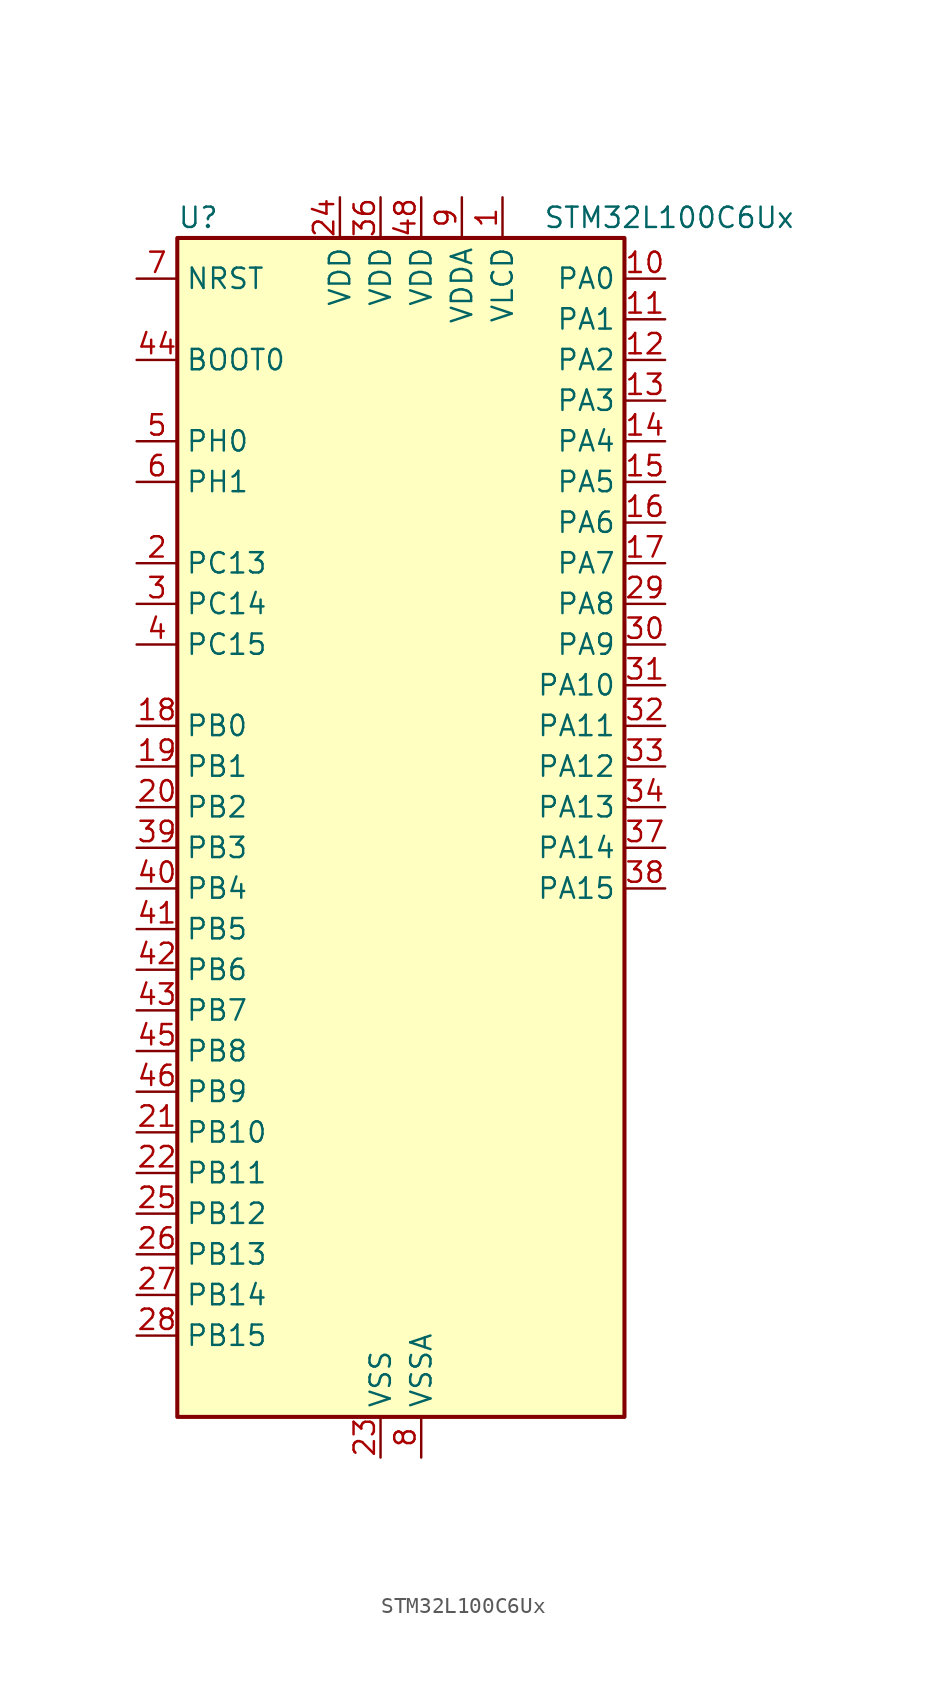
<source format=kicad_sym>
(kicad_symbol_lib
  (version 20220914)
  (generator kicad_symbol_editor)
  (symbol "STM32L100C6Ux"
    (property "Reference" "U"
      (at -12.7 39.37 0)
      (effects (font (size 1.27 1.27)) (justify left)))
    (property "Value" "STM32L100C6Ux"
      (at 10.16 39.37 0)
      (effects (font (size 1.27 1.27)) (justify left)))
    (property "ki_locked" ""
      (at 0 0 0)
      (effects (font (size 1.27 1.27))))
    (symbol "STM32L100C6Ux_0_1"
      (rectangle (start -12.7 -35.56) (end 15.24 38.1) (stroke (width 0.254) (type default)) (fill (type background))))
    (symbol "STM32L100C6Ux_1_1"
      (pin power_in line (at 7.62 40.64 270) (length 2.54) (name "VLCD" (effects (font (size 1.27 1.27)))) (number "1" (effects (font (size 1.27 1.27)))))
      (pin bidirectional line (at 17.78 35.56 180) (length 2.54) (name "PA0" (effects (font (size 1.27 1.27)))) (number "10" (effects (font (size 1.27 1.27)))) (alternate "ADC_IN0" bidirectional line) (alternate "COMP1_INP" bidirectional line) (alternate "SYS_WKUP1" bidirectional line) (alternate "TIM2_CH1" bidirectional line) (alternate "TIM2_ETR" bidirectional line) (alternate "TIMX_IC1" bidirectional line) (alternate "USART2_CTS" bidirectional line))
      (pin bidirectional line (at 17.78 33.02 180) (length 2.54) (name "PA1" (effects (font (size 1.27 1.27)))) (number "11" (effects (font (size 1.27 1.27)))) (alternate "ADC_IN1" bidirectional line) (alternate "COMP1_INP" bidirectional line) (alternate "LCD_SEG0" bidirectional line) (alternate "TIM2_CH2" bidirectional line) (alternate "TIMX_IC2" bidirectional line) (alternate "USART2_RTS" bidirectional line))
      (pin bidirectional line (at 17.78 30.48 180) (length 2.54) (name "PA2" (effects (font (size 1.27 1.27)))) (number "12" (effects (font (size 1.27 1.27)))) (alternate "ADC_IN2" bidirectional line) (alternate "COMP1_INP" bidirectional line) (alternate "LCD_SEG1" bidirectional line) (alternate "TIM2_CH3" bidirectional line) (alternate "TIM9_CH1" bidirectional line) (alternate "TIMX_IC3" bidirectional line) (alternate "USART2_TX" bidirectional line))
      (pin bidirectional line (at 17.78 27.94 180) (length 2.54) (name "PA3" (effects (font (size 1.27 1.27)))) (number "13" (effects (font (size 1.27 1.27)))) (alternate "ADC_IN3" bidirectional line) (alternate "COMP1_INP" bidirectional line) (alternate "LCD_SEG2" bidirectional line) (alternate "TIM2_CH4" bidirectional line) (alternate "TIM9_CH2" bidirectional line) (alternate "TIMX_IC4" bidirectional line) (alternate "USART2_RX" bidirectional line))
      (pin bidirectional line (at 17.78 25.4 180) (length 2.54) (name "PA4" (effects (font (size 1.27 1.27)))) (number "14" (effects (font (size 1.27 1.27)))) (alternate "ADC_IN4" bidirectional line) (alternate "COMP1_INP" bidirectional line) (alternate "DAC_OUT1" bidirectional line) (alternate "SPI1_NSS" bidirectional line) (alternate "TIMX_IC1" bidirectional line) (alternate "USART2_CK" bidirectional line))
      (pin bidirectional line (at 17.78 22.86 180) (length 2.54) (name "PA5" (effects (font (size 1.27 1.27)))) (number "15" (effects (font (size 1.27 1.27)))) (alternate "ADC_IN5" bidirectional line) (alternate "COMP1_INP" bidirectional line) (alternate "DAC_OUT2" bidirectional line) (alternate "SPI1_SCK" bidirectional line) (alternate "TIM2_CH1" bidirectional line) (alternate "TIM2_ETR" bidirectional line) (alternate "TIMX_IC2" bidirectional line))
      (pin bidirectional line (at 17.78 20.32 180) (length 2.54) (name "PA6" (effects (font (size 1.27 1.27)))) (number "16" (effects (font (size 1.27 1.27)))) (alternate "ADC_IN6" bidirectional line) (alternate "COMP1_INP" bidirectional line) (alternate "LCD_SEG3" bidirectional line) (alternate "SPI1_MISO" bidirectional line) (alternate "TIM10_CH1" bidirectional line) (alternate "TIM3_CH1" bidirectional line) (alternate "TIMX_IC3" bidirectional line))
      (pin bidirectional line (at 17.78 17.78 180) (length 2.54) (name "PA7" (effects (font (size 1.27 1.27)))) (number "17" (effects (font (size 1.27 1.27)))) (alternate "ADC_IN7" bidirectional line) (alternate "COMP1_INP" bidirectional line) (alternate "LCD_SEG4" bidirectional line) (alternate "SPI1_MOSI" bidirectional line) (alternate "TIM11_CH1" bidirectional line) (alternate "TIM3_CH2" bidirectional line) (alternate "TIMX_IC4" bidirectional line))
      (pin bidirectional line (at -15.24 7.62 0) (length 2.54) (name "PB0" (effects (font (size 1.27 1.27)))) (number "18" (effects (font (size 1.27 1.27)))) (alternate "ADC_IN8" bidirectional line) (alternate "COMP1_INP" bidirectional line) (alternate "LCD_SEG5" bidirectional line) (alternate "SYS_V_REF_OUT" bidirectional line) (alternate "TIM3_CH3" bidirectional line))
      (pin bidirectional line (at -15.24 5.08 0) (length 2.54) (name "PB1" (effects (font (size 1.27 1.27)))) (number "19" (effects (font (size 1.27 1.27)))) (alternate "ADC_IN9" bidirectional line) (alternate "COMP1_INP" bidirectional line) (alternate "LCD_SEG6" bidirectional line) (alternate "SYS_V_REF_OUT" bidirectional line) (alternate "TIM3_CH4" bidirectional line))
      (pin bidirectional line (at -15.24 17.78 0) (length 2.54) (name "PC13" (effects (font (size 1.27 1.27)))) (number "2" (effects (font (size 1.27 1.27)))) (alternate "RTC_OUT_ALARM" bidirectional line) (alternate "RTC_OUT_CALIB" bidirectional line) (alternate "RTC_TAMP1" bidirectional line) (alternate "RTC_TS" bidirectional line) (alternate "SYS_WKUP2" bidirectional line) (alternate "TIMX_IC2" bidirectional line))
      (pin bidirectional line (at -15.24 2.54 0) (length 2.54) (name "PB2" (effects (font (size 1.27 1.27)))) (number "20" (effects (font (size 1.27 1.27)))))
      (pin bidirectional line (at -15.24 -17.78 0) (length 2.54) (name "PB10" (effects (font (size 1.27 1.27)))) (number "21" (effects (font (size 1.27 1.27)))) (alternate "I2C2_SCL" bidirectional line) (alternate "LCD_SEG10" bidirectional line) (alternate "TIM2_CH3" bidirectional line) (alternate "USART3_TX" bidirectional line))
      (pin bidirectional line (at -15.24 -20.32 0) (length 2.54) (name "PB11" (effects (font (size 1.27 1.27)))) (number "22" (effects (font (size 1.27 1.27)))) (alternate "ADC_EXTI11" bidirectional line) (alternate "I2C2_SDA" bidirectional line) (alternate "LCD_SEG11" bidirectional line) (alternate "TIM2_CH4" bidirectional line) (alternate "USART3_RX" bidirectional line))
      (pin power_in line (at 0 -38.1 90) (length 2.54) (name "VSS" (effects (font (size 1.27 1.27)))) (number "23" (effects (font (size 1.27 1.27)))))
      (pin power_in line (at -2.54 40.64 270) (length 2.54) (name "VDD" (effects (font (size 1.27 1.27)))) (number "24" (effects (font (size 1.27 1.27)))))
      (pin bidirectional line (at -15.24 -22.86 0) (length 2.54) (name "PB12" (effects (font (size 1.27 1.27)))) (number "25" (effects (font (size 1.27 1.27)))) (alternate "ADC_IN18" bidirectional line) (alternate "COMP1_INP" bidirectional line) (alternate "I2C2_SMBA" bidirectional line) (alternate "LCD_SEG12" bidirectional line) (alternate "SPI2_NSS" bidirectional line) (alternate "TIM10_CH1" bidirectional line) (alternate "USART3_CK" bidirectional line))
      (pin bidirectional line (at -15.24 -25.4 0) (length 2.54) (name "PB13" (effects (font (size 1.27 1.27)))) (number "26" (effects (font (size 1.27 1.27)))) (alternate "ADC_IN19" bidirectional line) (alternate "COMP1_INP" bidirectional line) (alternate "LCD_SEG13" bidirectional line) (alternate "SPI2_SCK" bidirectional line) (alternate "TIM9_CH1" bidirectional line) (alternate "USART3_CTS" bidirectional line))
      (pin bidirectional line (at -15.24 -27.94 0) (length 2.54) (name "PB14" (effects (font (size 1.27 1.27)))) (number "27" (effects (font (size 1.27 1.27)))) (alternate "ADC_IN20" bidirectional line) (alternate "COMP1_INP" bidirectional line) (alternate "LCD_SEG14" bidirectional line) (alternate "SPI2_MISO" bidirectional line) (alternate "TIM9_CH2" bidirectional line) (alternate "USART3_RTS" bidirectional line))
      (pin bidirectional line (at -15.24 -30.48 0) (length 2.54) (name "PB15" (effects (font (size 1.27 1.27)))) (number "28" (effects (font (size 1.27 1.27)))) (alternate "ADC_EXTI15" bidirectional line) (alternate "ADC_IN21" bidirectional line) (alternate "COMP1_INP" bidirectional line) (alternate "LCD_SEG15" bidirectional line) (alternate "RTC_REFIN" bidirectional line) (alternate "SPI2_MOSI" bidirectional line) (alternate "TIM11_CH1" bidirectional line))
      (pin bidirectional line (at 17.78 15.24 180) (length 2.54) (name "PA8" (effects (font (size 1.27 1.27)))) (number "29" (effects (font (size 1.27 1.27)))) (alternate "LCD_COM0" bidirectional line) (alternate "RCC_MCO" bidirectional line) (alternate "TIMX_IC1" bidirectional line) (alternate "USART1_CK" bidirectional line))
      (pin bidirectional line (at -15.24 15.24 0) (length 2.54) (name "PC14" (effects (font (size 1.27 1.27)))) (number "3" (effects (font (size 1.27 1.27)))) (alternate "RCC_OSC32_IN" bidirectional line) (alternate "TIMX_IC3" bidirectional line))
      (pin bidirectional line (at 17.78 12.7 180) (length 2.54) (name "PA9" (effects (font (size 1.27 1.27)))) (number "30" (effects (font (size 1.27 1.27)))) (alternate "DAC_EXTI9" bidirectional line) (alternate "LCD_COM1" bidirectional line) (alternate "TIMX_IC2" bidirectional line) (alternate "USART1_TX" bidirectional line))
      (pin bidirectional line (at 17.78 10.16 180) (length 2.54) (name "PA10" (effects (font (size 1.27 1.27)))) (number "31" (effects (font (size 1.27 1.27)))) (alternate "LCD_COM2" bidirectional line) (alternate "TIMX_IC3" bidirectional line) (alternate "USART1_RX" bidirectional line))
      (pin bidirectional line (at 17.78 7.62 180) (length 2.54) (name "PA11" (effects (font (size 1.27 1.27)))) (number "32" (effects (font (size 1.27 1.27)))) (alternate "ADC_EXTI11" bidirectional line) (alternate "SPI1_MISO" bidirectional line) (alternate "TIMX_IC4" bidirectional line) (alternate "USART1_CTS" bidirectional line) (alternate "USB_DM" bidirectional line))
      (pin bidirectional line (at 17.78 5.08 180) (length 2.54) (name "PA12" (effects (font (size 1.27 1.27)))) (number "33" (effects (font (size 1.27 1.27)))) (alternate "SPI1_MOSI" bidirectional line) (alternate "TIMX_IC1" bidirectional line) (alternate "USART1_RTS" bidirectional line) (alternate "USB_DP" bidirectional line))
      (pin bidirectional line (at 17.78 2.54 180) (length 2.54) (name "PA13" (effects (font (size 1.27 1.27)))) (number "34" (effects (font (size 1.27 1.27)))) (alternate "SYS_JTMS-SWDIO" bidirectional line) (alternate "TIMX_IC2" bidirectional line))
      (pin passive line (at 0 -38.1 90) (length 2.54) hide (name "VSS" (effects (font (size 1.27 1.27)))) (number "35" (effects (font (size 1.27 1.27)))))
      (pin power_in line (at 0 40.64 270) (length 2.54) (name "VDD" (effects (font (size 1.27 1.27)))) (number "36" (effects (font (size 1.27 1.27)))))
      (pin bidirectional line (at 17.78 0 180) (length 2.54) (name "PA14" (effects (font (size 1.27 1.27)))) (number "37" (effects (font (size 1.27 1.27)))) (alternate "SYS_JTCK-SWCLK" bidirectional line) (alternate "TIMX_IC3" bidirectional line))
      (pin bidirectional line (at 17.78 -2.54 180) (length 2.54) (name "PA15" (effects (font (size 1.27 1.27)))) (number "38" (effects (font (size 1.27 1.27)))) (alternate "ADC_EXTI15" bidirectional line) (alternate "LCD_SEG17" bidirectional line) (alternate "SPI1_NSS" bidirectional line) (alternate "SYS_JTDI" bidirectional line) (alternate "TIM2_CH1" bidirectional line) (alternate "TIM2_ETR" bidirectional line) (alternate "TIMX_IC4" bidirectional line))
      (pin bidirectional line (at -15.24 0 0) (length 2.54) (name "PB3" (effects (font (size 1.27 1.27)))) (number "39" (effects (font (size 1.27 1.27)))) (alternate "COMP2_INM" bidirectional line) (alternate "LCD_SEG7" bidirectional line) (alternate "SPI1_SCK" bidirectional line) (alternate "SYS_JTDO-TRACESWO" bidirectional line) (alternate "TIM2_CH2" bidirectional line))
      (pin bidirectional line (at -15.24 12.7 0) (length 2.54) (name "PC15" (effects (font (size 1.27 1.27)))) (number "4" (effects (font (size 1.27 1.27)))) (alternate "ADC_EXTI15" bidirectional line) (alternate "RCC_OSC32_OUT" bidirectional line) (alternate "TIMX_IC4" bidirectional line))
      (pin bidirectional line (at -15.24 -2.54 0) (length 2.54) (name "PB4" (effects (font (size 1.27 1.27)))) (number "40" (effects (font (size 1.27 1.27)))) (alternate "COMP2_INP" bidirectional line) (alternate "LCD_SEG8" bidirectional line) (alternate "SPI1_MISO" bidirectional line) (alternate "SYS_JTRST" bidirectional line) (alternate "TIM3_CH1" bidirectional line))
      (pin bidirectional line (at -15.24 -5.08 0) (length 2.54) (name "PB5" (effects (font (size 1.27 1.27)))) (number "41" (effects (font (size 1.27 1.27)))) (alternate "COMP2_INP" bidirectional line) (alternate "I2C1_SMBA" bidirectional line) (alternate "LCD_SEG9" bidirectional line) (alternate "SPI1_MOSI" bidirectional line) (alternate "TIM3_CH2" bidirectional line))
      (pin bidirectional line (at -15.24 -7.62 0) (length 2.54) (name "PB6" (effects (font (size 1.27 1.27)))) (number "42" (effects (font (size 1.27 1.27)))) (alternate "I2C1_SCL" bidirectional line) (alternate "TIM4_CH1" bidirectional line) (alternate "USART1_TX" bidirectional line))
      (pin bidirectional line (at -15.24 -10.16 0) (length 2.54) (name "PB7" (effects (font (size 1.27 1.27)))) (number "43" (effects (font (size 1.27 1.27)))) (alternate "I2C1_SDA" bidirectional line) (alternate "SYS_PVD_IN" bidirectional line) (alternate "TIM4_CH2" bidirectional line) (alternate "USART1_RX" bidirectional line))
      (pin input line (at -15.24 30.48 0) (length 2.54) (name "BOOT0" (effects (font (size 1.27 1.27)))) (number "44" (effects (font (size 1.27 1.27)))))
      (pin bidirectional line (at -15.24 -12.7 0) (length 2.54) (name "PB8" (effects (font (size 1.27 1.27)))) (number "45" (effects (font (size 1.27 1.27)))) (alternate "I2C1_SCL" bidirectional line) (alternate "LCD_SEG16" bidirectional line) (alternate "TIM10_CH1" bidirectional line) (alternate "TIM4_CH3" bidirectional line))
      (pin bidirectional line (at -15.24 -15.24 0) (length 2.54) (name "PB9" (effects (font (size 1.27 1.27)))) (number "46" (effects (font (size 1.27 1.27)))) (alternate "DAC_EXTI9" bidirectional line) (alternate "I2C1_SDA" bidirectional line) (alternate "LCD_COM3" bidirectional line) (alternate "TIM11_CH1" bidirectional line) (alternate "TIM4_CH4" bidirectional line))
      (pin passive line (at 0 -38.1 90) (length 2.54) hide (name "VSS" (effects (font (size 1.27 1.27)))) (number "47" (effects (font (size 1.27 1.27)))))
      (pin power_in line (at 2.54 40.64 270) (length 2.54) (name "VDD" (effects (font (size 1.27 1.27)))) (number "48" (effects (font (size 1.27 1.27)))))
      (pin passive line (at 0 -38.1 90) (length 2.54) hide (name "VSS" (effects (font (size 1.27 1.27)))) (number "49" (effects (font (size 1.27 1.27)))))
      (pin bidirectional line (at -15.24 25.4 0) (length 2.54) (name "PH0" (effects (font (size 1.27 1.27)))) (number "5" (effects (font (size 1.27 1.27)))) (alternate "RCC_OSC_IN" bidirectional line))
      (pin bidirectional line (at -15.24 22.86 0) (length 2.54) (name "PH1" (effects (font (size 1.27 1.27)))) (number "6" (effects (font (size 1.27 1.27)))) (alternate "RCC_OSC_OUT" bidirectional line))
      (pin input line (at -15.24 35.56 0) (length 2.54) (name "NRST" (effects (font (size 1.27 1.27)))) (number "7" (effects (font (size 1.27 1.27)))))
      (pin power_in line (at 2.54 -38.1 90) (length 2.54) (name "VSSA" (effects (font (size 1.27 1.27)))) (number "8" (effects (font (size 1.27 1.27)))))
      (pin power_in line (at 5.08 40.64 270) (length 2.54) (name "VDDA" (effects (font (size 1.27 1.27)))) (number "9" (effects (font (size 1.27 1.27))))))))
</source>
